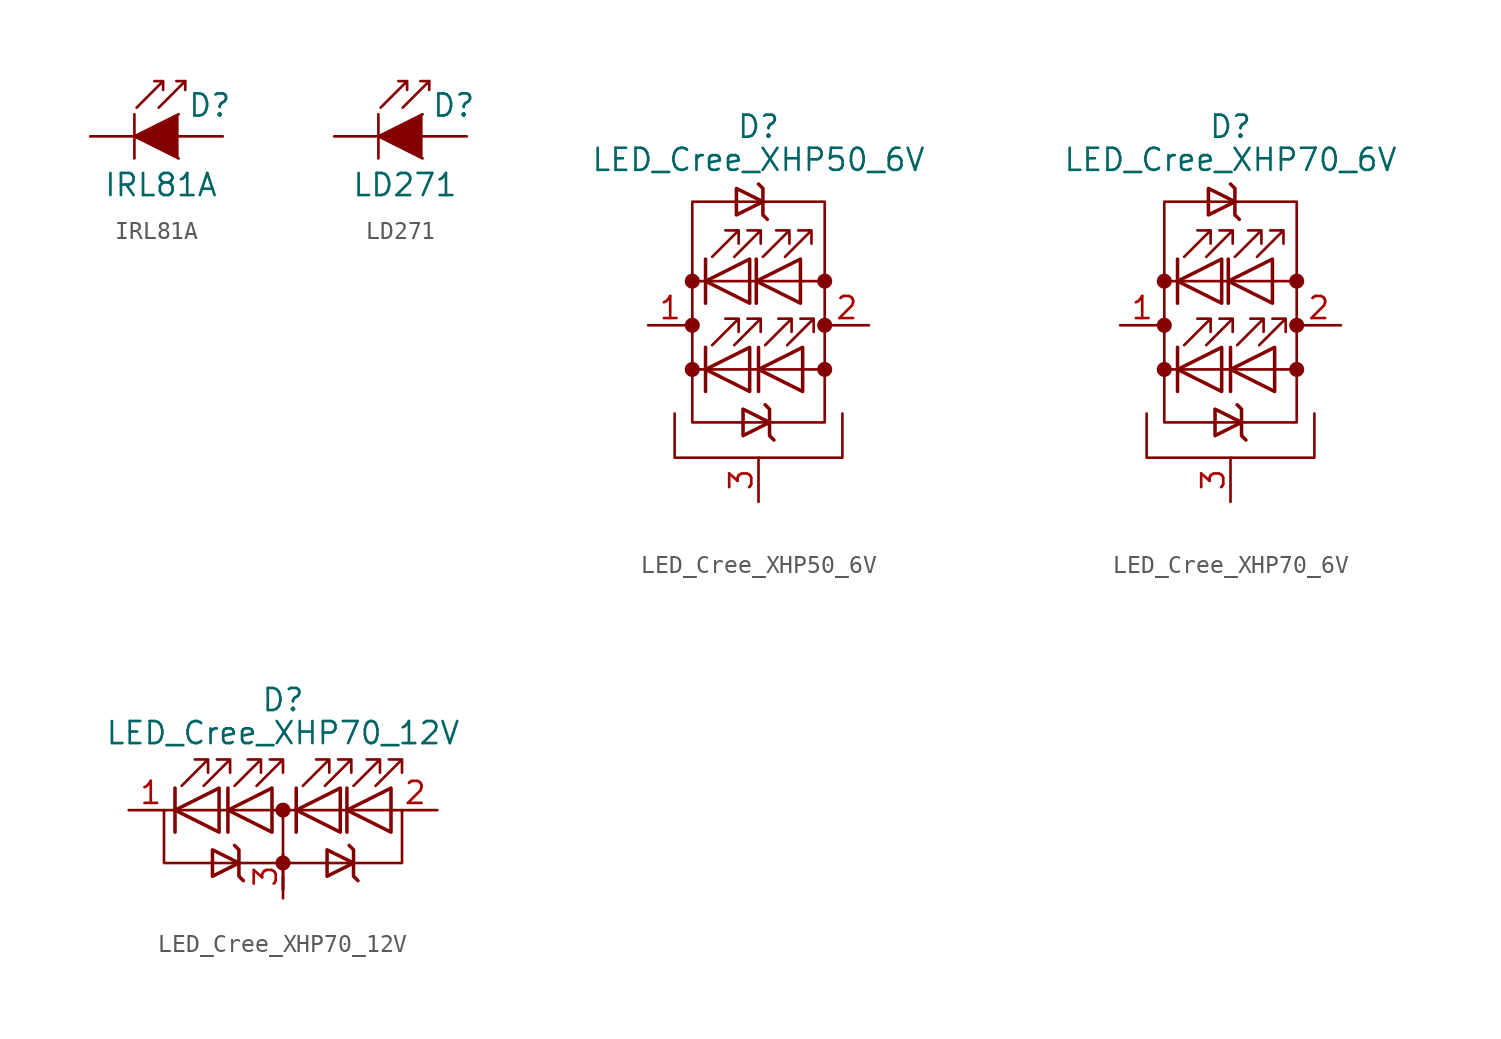
<source format=kicad_sym>
(kicad_symbol_lib
  (version 20211014)
  (generator kicad_symbol_editor)
  (symbol "IRL81A"
    (pin_numbers hide)
    (pin_names
      (offset 1.016) hide)
    (property "Reference" "D"
      (at 0.508 1.778 0)
      (effects (font (size 1.27 1.27)) (justify left)))
    (property "Value" "IRL81A"
      (at -1.016 -2.794 0)
      (effects (font (size 1.27 1.27))))
    (symbol "IRL81A_0_1"
      (polyline (pts (xy -2.54 1.27) (xy -2.54 -1.27)) (stroke (width 0.152) (type default) (color 0 0 0 0)) (fill (type none)))
      (polyline (pts (xy 0.381 3.175) (xy -0.127 3.175)) (stroke (width 0) (type default) (color 0 0 0 0)) (fill (type none)))
      (polyline (pts (xy -1.143 1.651) (xy 0.381 3.175) (xy 0.381 2.667)) (stroke (width 0) (type default) (color 0 0 0 0)) (fill (type none)))
      (polyline (pts (xy 0 1.27) (xy -2.54 0) (xy 0 -1.27)) (stroke (width 0) (type default) (color 0 0 0 0)) (fill (type outline)))
      (polyline (pts (xy -2.413 1.651) (xy -0.889 3.175) (xy -0.889 2.667) (xy -0.889 3.175) (xy -1.397 3.175)) (stroke (width 0) (type default) (color 0 0 0 0)) (fill (type none))))
    (symbol "IRL81A_1_1"
      (pin passive line (at -5.08 0 0) (length 2.54) (name "K" (effects (font (size 1.27 1.27)))) (number "1" (effects (font (size 1.27 1.27)))))
      (pin passive line (at 2.54 0 180) (length 2.54) (name "A" (effects (font (size 1.27 1.27)))) (number "2" (effects (font (size 1.27 1.27)))))))
  (symbol "LD271"
    (pin_numbers hide)
    (pin_names
      (offset 1.016) hide)
    (property "Reference" "D"
      (at 0.508 1.778 0)
      (effects (font (size 1.27 1.27)) (justify left)))
    (property "Value" "LD271"
      (at -1.016 -2.794 0)
      (effects (font (size 1.27 1.27))))
    (symbol "LD271_0_1"
      (polyline (pts (xy -2.54 1.27) (xy -2.54 -1.27)) (stroke (width 0.152) (type default) (color 0 0 0 0)) (fill (type none)))
      (polyline (pts (xy 0.381 3.175) (xy -0.127 3.175)) (stroke (width 0) (type default) (color 0 0 0 0)) (fill (type none)))
      (polyline (pts (xy -1.143 1.651) (xy 0.381 3.175) (xy 0.381 2.667)) (stroke (width 0) (type default) (color 0 0 0 0)) (fill (type none)))
      (polyline (pts (xy 0 1.27) (xy -2.54 0) (xy 0 -1.27)) (stroke (width 0) (type default) (color 0 0 0 0)) (fill (type outline)))
      (polyline (pts (xy -2.413 1.651) (xy -0.889 3.175) (xy -0.889 2.667) (xy -0.889 3.175) (xy -1.397 3.175)) (stroke (width 0) (type default) (color 0 0 0 0)) (fill (type none))))
    (symbol "LD271_1_1"
      (pin passive line (at -5.08 0 0) (length 2.54) (name "K" (effects (font (size 1.27 1.27)))) (number "1" (effects (font (size 1.27 1.27)))))
      (pin passive line (at 2.54 0 180) (length 2.54) (name "A" (effects (font (size 1.27 1.27)))) (number "2" (effects (font (size 1.27 1.27)))))))
  (symbol "LED_Cree_XHP50_6V"
    (pin_names
      (offset 1.016) hide)
    (property "Reference" "D"
      (at 0 11.43 0)
      (effects (font (size 1.27 1.27))))
    (property "Value" "LED_Cree_XHP50_6V"
      (at 0 9.525 0)
      (effects (font (size 1.27 1.27))))
    (symbol "LED_Cree_XHP50_6V_0_1"
      (circle (center -3.81 -2.54) (radius 0.356) (stroke (width 0) (type default) (color 0 0 0 0)) (fill (type outline)))
      (circle (center -3.81 0) (radius 0.356) (stroke (width 0) (type default) (color 0 0 0 0)) (fill (type outline)))
      (circle (center -3.81 2.54) (radius 0.356) (stroke (width 0) (type default) (color 0 0 0 0)) (fill (type outline)))
      (polyline (pts (xy -3.81 -2.54) (xy 3.81 -2.54)) (stroke (width 0) (type default) (color 0 0 0 0)) (fill (type none)))
      (polyline (pts (xy -3.048 -3.81) (xy -3.048 -1.27)) (stroke (width 0.203) (type default) (color 0 0 0 0)) (fill (type none)))
      (polyline (pts (xy -3.048 1.27) (xy -3.048 3.81)) (stroke (width 0.203) (type default) (color 0 0 0 0)) (fill (type none)))
      (polyline (pts (xy -0.127 1.27) (xy -0.127 3.81)) (stroke (width 0.203) (type default) (color 0 0 0 0)) (fill (type none)))
      (polyline (pts (xy 0 -3.81) (xy 0 -1.27)) (stroke (width 0.203) (type default) (color 0 0 0 0)) (fill (type none)))
      (polyline (pts (xy 3.81 2.54) (xy -3.81 2.54)) (stroke (width 0) (type default) (color 0 0 0 0)) (fill (type none)))
      (polyline (pts (xy -4.826 -5.08) (xy -4.826 -7.62) (xy 4.826 -7.62) (xy 4.826 -5.08)) (stroke (width 0) (type default) (color 0 0 0 0)) (fill (type none)))
      (polyline (pts (xy -0.508 -3.81) (xy -0.508 -1.27) (xy -3.048 -2.54) (xy -0.508 -3.81)) (stroke (width 0.203) (type default) (color 0 0 0 0)) (fill (type none)))
      (polyline (pts (xy -0.508 1.27) (xy -0.508 3.81) (xy -3.048 2.54) (xy -0.508 1.27)) (stroke (width 0.203) (type default) (color 0 0 0 0)) (fill (type none)))
      (polyline (pts (xy 0.508 6.096) (xy 0.254 6.35) (xy 0.254 7.874) (xy 0 8.128)) (stroke (width 0.203) (type default) (color 0 0 0 0)) (fill (type none)))
      (polyline (pts (xy 0.889 -6.604) (xy 0.635 -6.35) (xy 0.635 -4.826) (xy 0.381 -4.572)) (stroke (width 0.203) (type default) (color 0 0 0 0)) (fill (type none)))
      (polyline (pts (xy 2.413 1.27) (xy 2.413 3.81) (xy -0.127 2.54) (xy 2.413 1.27)) (stroke (width 0.203) (type default) (color 0 0 0 0)) (fill (type none)))
      (polyline (pts (xy 2.54 -3.81) (xy 2.54 -1.27) (xy 0 -2.54) (xy 2.54 -3.81)) (stroke (width 0.203) (type default) (color 0 0 0 0)) (fill (type none)))
      (polyline (pts (xy -3.81 -5.588) (xy -3.81 7.112) (xy 3.81 7.112) (xy 3.81 -5.588) (xy -3.81 -5.588)) (stroke (width 0) (type default) (color 0 0 0 0)) (fill (type none)))
      (polyline (pts (xy -2.667 -1.143) (xy -1.143 0.381) (xy -1.905 0.381) (xy -1.143 0.381) (xy -1.143 -0.381)) (stroke (width 0) (type default) (color 0 0 0 0)) (fill (type none)))
      (polyline (pts (xy -2.667 3.937) (xy -1.143 5.461) (xy -1.905 5.461) (xy -1.143 5.461) (xy -1.143 4.699)) (stroke (width 0) (type default) (color 0 0 0 0)) (fill (type none)))
      (polyline (pts (xy -1.397 -1.143) (xy 0.127 0.381) (xy -0.635 0.381) (xy 0.127 0.381) (xy 0.127 -0.381)) (stroke (width 0) (type default) (color 0 0 0 0)) (fill (type none)))
      (polyline (pts (xy -1.397 3.937) (xy 0.127 5.461) (xy -0.635 5.461) (xy 0.127 5.461) (xy 0.127 4.699)) (stroke (width 0) (type default) (color 0 0 0 0)) (fill (type none)))
      (polyline (pts (xy -1.27 6.35) (xy -1.27 7.874) (xy 0.254 7.112) (xy -1.27 6.35) (xy -1.27 6.604)) (stroke (width 0.203) (type default) (color 0 0 0 0)) (fill (type none)))
      (polyline (pts (xy -0.889 -6.35) (xy -0.889 -4.826) (xy 0.635 -5.588) (xy -0.889 -6.35) (xy -0.889 -6.096)) (stroke (width 0.203) (type default) (color 0 0 0 0)) (fill (type none)))
      (polyline (pts (xy 0.254 3.937) (xy 1.778 5.461) (xy 1.016 5.461) (xy 1.778 5.461) (xy 1.778 4.699)) (stroke (width 0) (type default) (color 0 0 0 0)) (fill (type none)))
      (polyline (pts (xy 0.381 -1.143) (xy 1.905 0.381) (xy 1.143 0.381) (xy 1.905 0.381) (xy 1.905 -0.381)) (stroke (width 0) (type default) (color 0 0 0 0)) (fill (type none)))
      (polyline (pts (xy 1.524 3.937) (xy 3.048 5.461) (xy 2.286 5.461) (xy 3.048 5.461) (xy 3.048 4.699)) (stroke (width 0) (type default) (color 0 0 0 0)) (fill (type none)))
      (polyline (pts (xy 1.651 -1.143) (xy 3.175 0.381) (xy 2.413 0.381) (xy 3.175 0.381) (xy 3.175 -0.381)) (stroke (width 0) (type default) (color 0 0 0 0)) (fill (type none)))
      (circle (center 3.81 -2.54) (radius 0.356) (stroke (width 0) (type default) (color 0 0 0 0)) (fill (type outline)))
      (circle (center 3.81 0) (radius 0.356) (stroke (width 0) (type default) (color 0 0 0 0)) (fill (type outline)))
      (circle (center 3.81 2.54) (radius 0.356) (stroke (width 0) (type default) (color 0 0 0 0)) (fill (type outline))))
    (symbol "LED_Cree_XHP50_6V_1_1"
      (pin passive line (at -6.35 0 0) (length 2.54) (name "K" (effects (font (size 1.27 1.27)))) (number "1" (effects (font (size 1.27 1.27)))))
      (pin passive line (at 6.35 0 180) (length 2.54) (name "A" (effects (font (size 1.27 1.27)))) (number "2" (effects (font (size 1.27 1.27)))))
      (pin passive line (at 0 -10.16 90) (length 2.54) (name "PAD" (effects (font (size 1.27 1.27)))) (number "3" (effects (font (size 1.27 1.27)))))))
  (symbol "LED_Cree_XHP70_6V"
    (pin_names
      (offset 1.016) hide)
    (property "Reference" "D"
      (at 0 11.43 0)
      (effects (font (size 1.27 1.27))))
    (property "Value" "LED_Cree_XHP70_6V"
      (at 0 9.525 0)
      (effects (font (size 1.27 1.27))))
    (symbol "LED_Cree_XHP70_6V_0_1"
      (circle (center -3.81 -2.54) (radius 0.356) (stroke (width 0) (type default) (color 0 0 0 0)) (fill (type outline)))
      (circle (center -3.81 0) (radius 0.356) (stroke (width 0) (type default) (color 0 0 0 0)) (fill (type outline)))
      (circle (center -3.81 2.54) (radius 0.356) (stroke (width 0) (type default) (color 0 0 0 0)) (fill (type outline)))
      (polyline (pts (xy -3.81 -2.54) (xy 3.81 -2.54)) (stroke (width 0) (type default) (color 0 0 0 0)) (fill (type none)))
      (polyline (pts (xy -3.048 -3.81) (xy -3.048 -1.27)) (stroke (width 0.203) (type default) (color 0 0 0 0)) (fill (type none)))
      (polyline (pts (xy -3.048 1.27) (xy -3.048 3.81)) (stroke (width 0.203) (type default) (color 0 0 0 0)) (fill (type none)))
      (polyline (pts (xy -0.127 1.27) (xy -0.127 3.81)) (stroke (width 0.203) (type default) (color 0 0 0 0)) (fill (type none)))
      (polyline (pts (xy 0 -3.81) (xy 0 -1.27)) (stroke (width 0.203) (type default) (color 0 0 0 0)) (fill (type none)))
      (polyline (pts (xy 3.81 2.54) (xy -3.81 2.54)) (stroke (width 0) (type default) (color 0 0 0 0)) (fill (type none)))
      (polyline (pts (xy -4.826 -5.08) (xy -4.826 -7.62) (xy 4.826 -7.62) (xy 4.826 -5.08)) (stroke (width 0) (type default) (color 0 0 0 0)) (fill (type none)))
      (polyline (pts (xy -0.508 -3.81) (xy -0.508 -1.27) (xy -3.048 -2.54) (xy -0.508 -3.81)) (stroke (width 0.203) (type default) (color 0 0 0 0)) (fill (type none)))
      (polyline (pts (xy -0.508 1.27) (xy -0.508 3.81) (xy -3.048 2.54) (xy -0.508 1.27)) (stroke (width 0.203) (type default) (color 0 0 0 0)) (fill (type none)))
      (polyline (pts (xy 0.508 6.096) (xy 0.254 6.35) (xy 0.254 7.874) (xy 0 8.128)) (stroke (width 0.203) (type default) (color 0 0 0 0)) (fill (type none)))
      (polyline (pts (xy 0.889 -6.604) (xy 0.635 -6.35) (xy 0.635 -4.826) (xy 0.381 -4.572)) (stroke (width 0.203) (type default) (color 0 0 0 0)) (fill (type none)))
      (polyline (pts (xy 2.413 1.27) (xy 2.413 3.81) (xy -0.127 2.54) (xy 2.413 1.27)) (stroke (width 0.203) (type default) (color 0 0 0 0)) (fill (type none)))
      (polyline (pts (xy 2.54 -3.81) (xy 2.54 -1.27) (xy 0 -2.54) (xy 2.54 -3.81)) (stroke (width 0.203) (type default) (color 0 0 0 0)) (fill (type none)))
      (polyline (pts (xy -3.81 -5.588) (xy -3.81 7.112) (xy 3.81 7.112) (xy 3.81 -5.588) (xy -3.81 -5.588)) (stroke (width 0) (type default) (color 0 0 0 0)) (fill (type none)))
      (polyline (pts (xy -2.667 -1.143) (xy -1.143 0.381) (xy -1.905 0.381) (xy -1.143 0.381) (xy -1.143 -0.381)) (stroke (width 0) (type default) (color 0 0 0 0)) (fill (type none)))
      (polyline (pts (xy -2.667 3.937) (xy -1.143 5.461) (xy -1.905 5.461) (xy -1.143 5.461) (xy -1.143 4.699)) (stroke (width 0) (type default) (color 0 0 0 0)) (fill (type none)))
      (polyline (pts (xy -1.397 -1.143) (xy 0.127 0.381) (xy -0.635 0.381) (xy 0.127 0.381) (xy 0.127 -0.381)) (stroke (width 0) (type default) (color 0 0 0 0)) (fill (type none)))
      (polyline (pts (xy -1.397 3.937) (xy 0.127 5.461) (xy -0.635 5.461) (xy 0.127 5.461) (xy 0.127 4.699)) (stroke (width 0) (type default) (color 0 0 0 0)) (fill (type none)))
      (polyline (pts (xy -1.27 6.35) (xy -1.27 7.874) (xy 0.254 7.112) (xy -1.27 6.35) (xy -1.27 6.604)) (stroke (width 0.203) (type default) (color 0 0 0 0)) (fill (type none)))
      (polyline (pts (xy -0.889 -6.35) (xy -0.889 -4.826) (xy 0.635 -5.588) (xy -0.889 -6.35) (xy -0.889 -6.096)) (stroke (width 0.203) (type default) (color 0 0 0 0)) (fill (type none)))
      (polyline (pts (xy 0.254 3.937) (xy 1.778 5.461) (xy 1.016 5.461) (xy 1.778 5.461) (xy 1.778 4.699)) (stroke (width 0) (type default) (color 0 0 0 0)) (fill (type none)))
      (polyline (pts (xy 0.381 -1.143) (xy 1.905 0.381) (xy 1.143 0.381) (xy 1.905 0.381) (xy 1.905 -0.381)) (stroke (width 0) (type default) (color 0 0 0 0)) (fill (type none)))
      (polyline (pts (xy 1.524 3.937) (xy 3.048 5.461) (xy 2.286 5.461) (xy 3.048 5.461) (xy 3.048 4.699)) (stroke (width 0) (type default) (color 0 0 0 0)) (fill (type none)))
      (polyline (pts (xy 1.651 -1.143) (xy 3.175 0.381) (xy 2.413 0.381) (xy 3.175 0.381) (xy 3.175 -0.381)) (stroke (width 0) (type default) (color 0 0 0 0)) (fill (type none)))
      (circle (center 3.81 -2.54) (radius 0.356) (stroke (width 0) (type default) (color 0 0 0 0)) (fill (type outline)))
      (circle (center 3.81 0) (radius 0.356) (stroke (width 0) (type default) (color 0 0 0 0)) (fill (type outline)))
      (circle (center 3.81 2.54) (radius 0.356) (stroke (width 0) (type default) (color 0 0 0 0)) (fill (type outline))))
    (symbol "LED_Cree_XHP70_6V_1_1"
      (pin passive line (at -6.35 0 0) (length 2.54) (name "K" (effects (font (size 1.27 1.27)))) (number "1" (effects (font (size 1.27 1.27)))))
      (pin passive line (at 6.35 0 180) (length 2.54) (name "A" (effects (font (size 1.27 1.27)))) (number "2" (effects (font (size 1.27 1.27)))))
      (pin passive line (at 0 -10.16 90) (length 2.54) (name "PAD" (effects (font (size 1.27 1.27)))) (number "3" (effects (font (size 1.27 1.27)))))))
  (symbol "LED_Cree_XHP70_12V"
    (pin_names
      (offset 1.016) hide)
    (property "Reference" "D"
      (at 0 6.35 0)
      (effects (font (size 1.27 1.27))))
    (property "Value" "LED_Cree_XHP70_12V"
      (at 0 4.445 0)
      (effects (font (size 1.27 1.27))))
    (symbol "LED_Cree_XHP70_12V_0_1"
      (circle (center 0 -3.048) (radius 0.356) (stroke (width 0) (type default) (color 0 0 0 0)) (fill (type outline)))
      (polyline (pts (xy -6.35 0) (xy 6.35 0)) (stroke (width 0) (type default) (color 0 0 0 0)) (fill (type none)))
      (polyline (pts (xy -6.223 -1.27) (xy -6.223 1.27)) (stroke (width 0.203) (type default) (color 0 0 0 0)) (fill (type none)))
      (polyline (pts (xy -3.175 -1.27) (xy -3.175 1.27)) (stroke (width 0.203) (type default) (color 0 0 0 0)) (fill (type none)))
      (polyline (pts (xy 0 -3.81) (xy 0 -4.572)) (stroke (width 0) (type default) (color 0 0 0 0)) (fill (type none)))
      (polyline (pts (xy 0 0) (xy 0 -4.572)) (stroke (width 0) (type default) (color 0 0 0 0)) (fill (type none)))
      (polyline (pts (xy 0.762 -1.27) (xy 0.762 1.27)) (stroke (width 0.203) (type default) (color 0 0 0 0)) (fill (type none)))
      (polyline (pts (xy 3.683 -1.27) (xy 3.683 1.27)) (stroke (width 0.203) (type default) (color 0 0 0 0)) (fill (type none)))
      (polyline (pts (xy -6.858 0) (xy -6.858 -3.048) (xy 6.858 -3.048) (xy 6.858 0)) (stroke (width 0) (type default) (color 0 0 0 0)) (fill (type none)))
      (polyline (pts (xy -3.683 -1.27) (xy -3.683 1.27) (xy -6.223 0) (xy -3.683 -1.27)) (stroke (width 0.203) (type default) (color 0 0 0 0)) (fill (type none)))
      (polyline (pts (xy -2.286 -4.064) (xy -2.54 -3.81) (xy -2.54 -2.286) (xy -2.794 -2.032)) (stroke (width 0.203) (type default) (color 0 0 0 0)) (fill (type none)))
      (polyline (pts (xy -0.635 -1.27) (xy -0.635 1.27) (xy -3.175 0) (xy -0.635 -1.27)) (stroke (width 0.203) (type default) (color 0 0 0 0)) (fill (type none)))
      (polyline (pts (xy 3.302 -1.27) (xy 3.302 1.27) (xy 0.762 0) (xy 3.302 -1.27)) (stroke (width 0.203) (type default) (color 0 0 0 0)) (fill (type none)))
      (polyline (pts (xy 4.318 -4.064) (xy 4.064 -3.81) (xy 4.064 -2.286) (xy 3.81 -2.032)) (stroke (width 0.203) (type default) (color 0 0 0 0)) (fill (type none)))
      (polyline (pts (xy 6.223 -1.27) (xy 6.223 1.27) (xy 3.683 0) (xy 6.223 -1.27)) (stroke (width 0.203) (type default) (color 0 0 0 0)) (fill (type none)))
      (polyline (pts (xy -5.842 1.397) (xy -4.318 2.921) (xy -5.08 2.921) (xy -4.318 2.921) (xy -4.318 2.159)) (stroke (width 0) (type default) (color 0 0 0 0)) (fill (type none)))
      (polyline (pts (xy -4.572 1.397) (xy -3.048 2.921) (xy -3.81 2.921) (xy -3.048 2.921) (xy -3.048 2.159)) (stroke (width 0) (type default) (color 0 0 0 0)) (fill (type none)))
      (polyline (pts (xy -4.064 -3.81) (xy -4.064 -2.286) (xy -2.54 -3.048) (xy -4.064 -3.81) (xy -4.064 -3.556)) (stroke (width 0.203) (type default) (color 0 0 0 0)) (fill (type none)))
      (polyline (pts (xy -2.794 1.397) (xy -1.27 2.921) (xy -2.032 2.921) (xy -1.27 2.921) (xy -1.27 2.159)) (stroke (width 0) (type default) (color 0 0 0 0)) (fill (type none)))
      (polyline (pts (xy -1.524 1.397) (xy 0 2.921) (xy -0.762 2.921) (xy 0 2.921) (xy 0 2.159)) (stroke (width 0) (type default) (color 0 0 0 0)) (fill (type none)))
      (polyline (pts (xy 1.143 1.397) (xy 2.667 2.921) (xy 1.905 2.921) (xy 2.667 2.921) (xy 2.667 2.159)) (stroke (width 0) (type default) (color 0 0 0 0)) (fill (type none)))
      (polyline (pts (xy 2.413 1.397) (xy 3.937 2.921) (xy 3.175 2.921) (xy 3.937 2.921) (xy 3.937 2.159)) (stroke (width 0) (type default) (color 0 0 0 0)) (fill (type none)))
      (polyline (pts (xy 2.54 -3.81) (xy 2.54 -2.286) (xy 4.064 -3.048) (xy 2.54 -3.81) (xy 2.54 -3.556)) (stroke (width 0.203) (type default) (color 0 0 0 0)) (fill (type none)))
      (polyline (pts (xy 4.064 1.397) (xy 5.588 2.921) (xy 4.826 2.921) (xy 5.588 2.921) (xy 5.588 2.159)) (stroke (width 0) (type default) (color 0 0 0 0)) (fill (type none)))
      (polyline (pts (xy 5.334 1.397) (xy 6.858 2.921) (xy 6.096 2.921) (xy 6.858 2.921) (xy 6.858 2.159)) (stroke (width 0) (type default) (color 0 0 0 0)) (fill (type none)))
      (circle (center 0 0) (radius 0.356) (stroke (width 0) (type default) (color 0 0 0 0)) (fill (type outline))))
    (symbol "LED_Cree_XHP70_12V_1_1"
      (pin passive line (at -8.89 0 0) (length 2.54) (name "K" (effects (font (size 1.27 1.27)))) (number "1" (effects (font (size 1.27 1.27)))))
      (pin passive line (at 8.89 0 180) (length 2.54) (name "A" (effects (font (size 1.27 1.27)))) (number "2" (effects (font (size 1.27 1.27)))))
      (pin passive line (at 0 -5.08 90) (length 2.54) (name "PAD" (effects (font (size 1.27 1.27)))) (number "3" (effects (font (size 1.27 1.27))))))))
</source>
